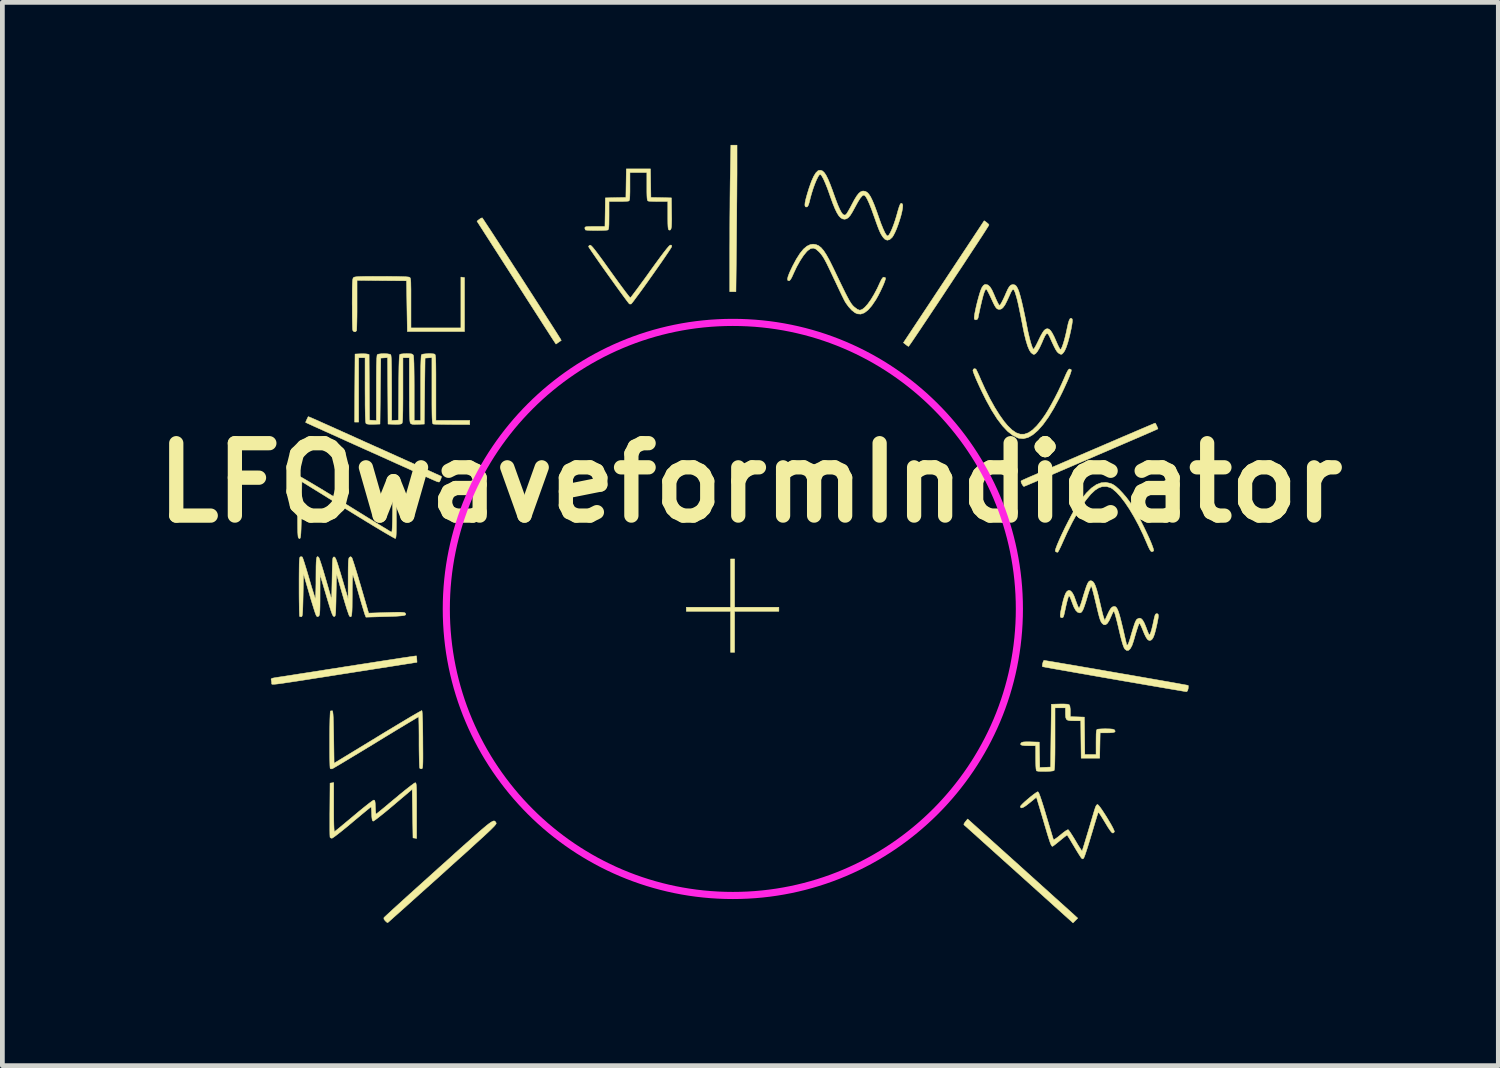
<source format=kicad_pcb>
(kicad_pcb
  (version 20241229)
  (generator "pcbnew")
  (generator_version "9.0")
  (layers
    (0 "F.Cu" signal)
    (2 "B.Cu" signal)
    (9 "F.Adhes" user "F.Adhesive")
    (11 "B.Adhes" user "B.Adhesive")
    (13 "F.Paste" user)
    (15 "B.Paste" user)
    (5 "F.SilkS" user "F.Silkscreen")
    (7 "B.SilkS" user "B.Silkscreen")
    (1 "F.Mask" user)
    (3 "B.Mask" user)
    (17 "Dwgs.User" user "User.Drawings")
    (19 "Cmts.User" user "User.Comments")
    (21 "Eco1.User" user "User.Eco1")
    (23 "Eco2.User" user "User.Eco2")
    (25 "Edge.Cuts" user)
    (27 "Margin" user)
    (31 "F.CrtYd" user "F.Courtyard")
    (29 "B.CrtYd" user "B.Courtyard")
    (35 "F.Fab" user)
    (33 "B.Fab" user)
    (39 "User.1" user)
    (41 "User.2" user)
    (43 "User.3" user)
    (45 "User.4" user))
  (footprint "LFOwaveformIndicator"
    (layer "F.Cu")
    (at 12.375 9.78)
    (property "Reference" "LFOwaveformIndicator" (at 0.368 -2.667 0) (layer "F.SilkS") (effects (font (size 1.524 1.524) (thickness 0.3))))
    (attr through_hole)
    (fp_poly (pts (xy 0.037 -0.049) (xy 0.969 -0.049) (xy 0.969 0.036) (xy 0.037 0.036) (xy 0.037 0.9) (xy -0.048 0.9) (xy -0.048 0.036) (xy -0.98 0.036) (xy -0.98 -0.049) (xy -0.048 -0.049) (xy -0.048 -1.065) (xy 0.037 -1.065) (xy 0.037 -0.049)) (stroke (width 0.01) (type solid)) (fill yes) (layer "F.SilkS"))
    (fp_poly (pts (xy 0.088 -9.288) (xy 0.088 -9.179) (xy 0.087 -9.041) (xy 0.086 -8.88) (xy 0.085 -8.699) (xy 0.083 -8.504) (xy 0.082 -8.3) (xy 0.08 -8.092) (xy 0.078 -7.885) (xy 0.077 -7.746) (xy 0.065 -6.691) (xy -0.065 -6.691) (xy -0.065 -7.61) (xy -0.064 -7.81) (xy -0.064 -8.022) (xy -0.063 -8.239) (xy -0.061 -8.454) (xy -0.06 -8.661) (xy -0.058 -8.853) (xy -0.056 -9.024) (xy -0.053 -9.152) (xy -0.042 -9.775) (xy 0.088 -9.775) (xy 0.088 -9.288)) (stroke (width 0.01) (type solid)) (fill yes) (layer "F.SilkS"))
    (fp_poly (pts (xy 6.027 5.384) (xy 6.192 5.533) (xy 6.351 5.676) (xy 6.502 5.812) (xy 6.643 5.939) (xy 6.772 6.056) (xy 6.888 6.16) (xy 6.987 6.249) (xy 7.069 6.323) (xy 7.131 6.379) (xy 7.171 6.415) (xy 7.185 6.428) (xy 7.259 6.496) (xy 7.16 6.595) (xy 6.018 5.567) (xy 5.85 5.416) (xy 5.689 5.272) (xy 5.538 5.136) (xy 5.397 5.009) (xy 5.269 4.894) (xy 5.155 4.791) (xy 5.057 4.703) (xy 4.977 4.631) (xy 4.917 4.577) (xy 4.878 4.543) (xy 4.863 4.529) (xy 4.863 4.529) (xy 4.865 4.51) (xy 4.886 4.477) (xy 4.897 4.463) (xy 4.942 4.408) (xy 6.027 5.384)) (stroke (width 0.01) (type solid)) (fill yes) (layer "F.SilkS"))
    (fp_poly (pts (xy 5.341 -8.148) (xy 5.374 -8.12) (xy 5.391 -8.098) (xy 5.391 -8.095) (xy 5.382 -8.079) (xy 5.356 -8.037) (xy 5.314 -7.971) (xy 5.259 -7.885) (xy 5.191 -7.781) (xy 5.112 -7.66) (xy 5.024 -7.527) (xy 4.929 -7.382) (xy 4.828 -7.228) (xy 4.722 -7.069) (xy 4.614 -6.905) (xy 4.505 -6.741) (xy 4.397 -6.577) (xy 4.291 -6.417) (xy 4.188 -6.263) (xy 4.091 -6.117) (xy 4.001 -5.983) (xy 3.92 -5.861) (xy 3.849 -5.756) (xy 3.79 -5.668) (xy 3.744 -5.601) (xy 3.713 -5.558) (xy 3.699 -5.539) (xy 3.699 -5.539) (xy 3.68 -5.548) (xy 3.647 -5.572) (xy 3.64 -5.578) (xy 3.591 -5.617) (xy 4.045 -6.302) (xy 4.155 -6.468) (xy 4.275 -6.65) (xy 4.401 -6.84) (xy 4.528 -7.032) (xy 4.652 -7.219) (xy 4.767 -7.393) (xy 4.87 -7.549) (xy 4.895 -7.586) (xy 5.29 -8.184) (xy 5.341 -8.148)) (stroke (width 0.01) (type solid)) (fill yes) (layer "F.SilkS"))
    (fp_poly (pts (xy -5.275 -8.244) (xy -5.264 -8.23) (xy -5.237 -8.189) (xy -5.195 -8.125) (xy -5.139 -8.04) (xy -5.071 -7.937) (xy -4.993 -7.817) (xy -4.906 -7.683) (xy -4.812 -7.538) (xy -4.712 -7.384) (xy -4.609 -7.224) (xy -4.502 -7.06) (xy -4.395 -6.894) (xy -4.289 -6.729) (xy -4.185 -6.568) (xy -4.085 -6.412) (xy -3.99 -6.264) (xy -3.903 -6.127) (xy -3.823 -6.003) (xy -3.754 -5.895) (xy -3.697 -5.805) (xy -3.653 -5.735) (xy -3.624 -5.688) (xy -3.612 -5.666) (xy -3.611 -5.665) (xy -3.626 -5.655) (xy -3.658 -5.633) (xy -3.669 -5.626) (xy -3.723 -5.588) (xy -3.783 -5.678) (xy -3.801 -5.706) (xy -3.836 -5.76) (xy -3.886 -5.838) (xy -3.95 -5.937) (xy -4.027 -6.057) (xy -4.114 -6.193) (xy -4.211 -6.344) (xy -4.316 -6.507) (xy -4.427 -6.681) (xy -4.544 -6.862) (xy -4.613 -6.971) (xy -5.385 -8.174) (xy -5.339 -8.212) (xy -5.303 -8.236) (xy -5.277 -8.245) (xy -5.275 -8.244)) (stroke (width 0.01) (type solid)) (fill yes) (layer "F.SilkS"))
    (fp_poly (pts (xy -6.657 0.993) (xy -6.653 1.033) (xy -6.652 1.045) (xy -6.648 1.11) (xy -8.08 1.335) (xy -8.349 1.377) (xy -8.588 1.415) (xy -8.796 1.447) (xy -8.977 1.476) (xy -9.133 1.5) (xy -9.264 1.52) (xy -9.374 1.536) (xy -9.464 1.55) (xy -9.537 1.56) (xy -9.593 1.567) (xy -9.635 1.571) (xy -9.666 1.573) (xy -9.686 1.573) (xy -9.699 1.571) (xy -9.705 1.568) (xy -9.707 1.563) (xy -9.707 1.557) (xy -9.706 1.551) (xy -9.711 1.507) (xy -9.716 1.483) (xy -9.719 1.465) (xy -9.71 1.453) (xy -9.684 1.443) (xy -9.634 1.434) (xy -9.585 1.426) (xy -9.546 1.42) (xy -9.477 1.41) (xy -9.38 1.395) (xy -9.258 1.376) (xy -9.113 1.353) (xy -8.95 1.328) (xy -8.769 1.3) (xy -8.575 1.269) (xy -8.369 1.237) (xy -8.156 1.203) (xy -8.055 1.188) (xy -7.842 1.154) (xy -7.639 1.123) (xy -7.449 1.093) (xy -7.273 1.066) (xy -7.115 1.042) (xy -6.976 1.02) (xy -6.859 1.003) (xy -6.767 0.989) (xy -6.702 0.98) (xy -6.667 0.975) (xy -6.661 0.975) (xy -6.657 0.993)) (stroke (width 0.01) (type solid)) (fill yes) (layer "F.SilkS"))
    (fp_poly (pts (xy 6.572 1.073) (xy 6.624 1.082) (xy 6.703 1.095) (xy 6.807 1.112) (xy 6.932 1.134) (xy 7.076 1.158) (xy 7.235 1.185) (xy 7.407 1.215) (xy 7.59 1.246) (xy 7.779 1.279) (xy 7.973 1.313) (xy 8.168 1.347) (xy 8.362 1.38) (xy 8.551 1.413) (xy 8.733 1.445) (xy 8.905 1.475) (xy 9.064 1.503) (xy 9.207 1.528) (xy 9.331 1.55) (xy 9.434 1.569) (xy 9.512 1.583) (xy 9.563 1.592) (xy 9.584 1.597) (xy 9.584 1.597) (xy 9.587 1.617) (xy 9.584 1.658) (xy 9.583 1.668) (xy 9.569 1.713) (xy 9.548 1.729) (xy 9.545 1.729) (xy 9.524 1.725) (xy 9.473 1.717) (xy 9.393 1.703) (xy 9.287 1.685) (xy 9.157 1.663) (xy 9.006 1.637) (xy 8.836 1.608) (xy 8.65 1.576) (xy 8.449 1.541) (xy 8.237 1.505) (xy 8.02 1.467) (xy 7.8 1.429) (xy 7.589 1.392) (xy 7.39 1.357) (xy 7.206 1.325) (xy 7.038 1.295) (xy 6.889 1.269) (xy 6.762 1.247) (xy 6.659 1.228) (xy 6.582 1.214) (xy 6.534 1.205) (xy 6.517 1.201) (xy 6.514 1.18) (xy 6.519 1.142) (xy 6.53 1.103) (xy 6.543 1.075) (xy 6.55 1.07) (xy 6.572 1.073)) (stroke (width 0.01) (type solid)) (fill yes) (layer "F.SilkS"))
    (fp_poly (pts (xy 8.904 -3.903) (xy 8.922 -3.868) (xy 8.938 -3.831) (xy 8.947 -3.806) (xy 8.947 -3.803) (xy 8.93 -3.795) (xy 8.884 -3.774) (xy 8.813 -3.743) (xy 8.719 -3.702) (xy 8.604 -3.652) (xy 8.472 -3.595) (xy 8.325 -3.532) (xy 8.165 -3.463) (xy 7.996 -3.39) (xy 7.82 -3.314) (xy 7.64 -3.237) (xy 7.458 -3.158) (xy 7.278 -3.081) (xy 7.101 -3.005) (xy 6.931 -2.932) (xy 6.77 -2.863) (xy 6.621 -2.799) (xy 6.486 -2.742) (xy 6.369 -2.692) (xy 6.272 -2.651) (xy 6.197 -2.619) (xy 6.148 -2.599) (xy 6.126 -2.59) (xy 6.126 -2.59) (xy 6.109 -2.604) (xy 6.087 -2.638) (xy 6.082 -2.647) (xy 6.066 -2.686) (xy 6.067 -2.706) (xy 6.089 -2.72) (xy 6.1 -2.725) (xy 6.14 -2.743) (xy 6.205 -2.772) (xy 6.294 -2.811) (xy 6.404 -2.858) (xy 6.532 -2.914) (xy 6.676 -2.976) (xy 6.832 -3.043) (xy 6.998 -3.115) (xy 7.172 -3.19) (xy 7.351 -3.267) (xy 7.532 -3.345) (xy 7.712 -3.422) (xy 7.888 -3.498) (xy 8.059 -3.571) (xy 8.221 -3.641) (xy 8.372 -3.705) (xy 8.509 -3.764) (xy 8.629 -3.815) (xy 8.73 -3.858) (xy 8.808 -3.891) (xy 8.862 -3.914) (xy 8.888 -3.924) (xy 8.891 -3.925) (xy 8.904 -3.903)) (stroke (width 0.01) (type solid)) (fill yes) (layer "F.SilkS"))
    (fp_poly (pts (xy -8.92 -4.055) (xy -8.878 -4.038) (xy -8.816 -4.011) (xy -8.736 -3.976) (xy -8.646 -3.935) (xy -8.646 -3.935) (xy -8.581 -3.906) (xy -8.489 -3.865) (xy -8.373 -3.813) (xy -8.236 -3.751) (xy -8.082 -3.682) (xy -7.913 -3.606) (xy -7.734 -3.525) (xy -7.547 -3.441) (xy -7.356 -3.356) (xy -7.25 -3.308) (xy -7.068 -3.226) (xy -6.895 -3.148) (xy -6.733 -3.075) (xy -6.585 -3.008) (xy -6.454 -2.949) (xy -6.342 -2.898) (xy -6.252 -2.857) (xy -6.185 -2.827) (xy -6.145 -2.808) (xy -6.134 -2.802) (xy -6.135 -2.783) (xy -6.146 -2.749) (xy -6.162 -2.712) (xy -6.177 -2.687) (xy -6.18 -2.685) (xy -6.201 -2.686) (xy -6.239 -2.699) (xy -6.241 -2.7) (xy -6.269 -2.712) (xy -6.324 -2.736) (xy -6.404 -2.772) (xy -6.505 -2.817) (xy -6.625 -2.871) (xy -6.762 -2.932) (xy -6.912 -3) (xy -7.073 -3.072) (xy -7.243 -3.149) (xy -7.418 -3.228) (xy -7.597 -3.308) (xy -7.775 -3.388) (xy -7.951 -3.467) (xy -8.122 -3.544) (xy -8.285 -3.618) (xy -8.438 -3.687) (xy -8.578 -3.75) (xy -8.702 -3.806) (xy -8.807 -3.853) (xy -8.891 -3.892) (xy -8.951 -3.919) (xy -8.985 -3.935) (xy -8.992 -3.938) (xy -8.988 -3.953) (xy -8.974 -3.986) (xy -8.956 -4.024) (xy -8.941 -4.054) (xy -8.936 -4.06) (xy -8.92 -4.055)) (stroke (width 0.01) (type solid)) (fill yes) (layer "F.SilkS"))
    (fp_poly (pts (xy -5.013 4.452) (xy -5.003 4.46) (xy -4.994 4.471) (xy -4.985 4.486) (xy -4.984 4.487) (xy -4.981 4.494) (xy -4.981 4.503) (xy -4.987 4.515) (xy -4.999 4.532) (xy -5.018 4.555) (xy -5.048 4.586) (xy -5.088 4.626) (xy -5.141 4.677) (xy -5.207 4.739) (xy -5.289 4.814) (xy -5.388 4.904) (xy -5.505 5.011) (xy -5.641 5.135) (xy -5.8 5.277) (xy -5.981 5.44) (xy -6.106 5.554) (xy -6.274 5.705) (xy -6.435 5.849) (xy -6.587 5.985) (xy -6.728 6.112) (xy -6.856 6.227) (xy -6.97 6.329) (xy -7.069 6.417) (xy -7.149 6.488) (xy -7.209 6.542) (xy -7.248 6.576) (xy -7.264 6.59) (xy -7.265 6.59) (xy -7.283 6.582) (xy -7.312 6.556) (xy -7.317 6.551) (xy -7.344 6.514) (xy -7.344 6.487) (xy -7.342 6.483) (xy -7.327 6.469) (xy -7.289 6.433) (xy -7.229 6.378) (xy -7.15 6.305) (xy -7.052 6.216) (xy -6.939 6.113) (xy -6.811 5.997) (xy -6.67 5.87) (xy -6.519 5.734) (xy -6.359 5.59) (xy -6.192 5.439) (xy -5.995 5.263) (xy -5.823 5.107) (xy -5.672 4.972) (xy -5.541 4.856) (xy -5.43 4.757) (xy -5.336 4.674) (xy -5.257 4.607) (xy -5.193 4.553) (xy -5.141 4.512) (xy -5.1 4.483) (xy -5.068 4.463) (xy -5.044 4.452) (xy -5.027 4.449) (xy -5.013 4.452)) (stroke (width 0.01) (type solid)) (fill yes) (layer "F.SilkS"))
    (fp_poly (pts (xy -7.232 -7.012) (xy -7.09 -7.011) (xy -6.974 -7.008) (xy -6.888 -7.005) (xy -6.831 -7) (xy -6.808 -6.995) (xy -6.798 -6.989) (xy -6.791 -6.979) (xy -6.785 -6.96) (xy -6.781 -6.931) (xy -6.778 -6.886) (xy -6.777 -6.822) (xy -6.775 -6.737) (xy -6.775 -6.625) (xy -6.775 -6.484) (xy -6.775 -6.453) (xy -6.775 -5.928) (xy -5.724 -5.928) (xy -5.724 -6.998) (xy -5.686 -6.993) (xy -5.648 -6.987) (xy -5.648 -5.852) (xy -6.851 -5.852) (xy -6.86 -6.386) (xy -6.868 -6.92) (xy -7.389 -6.924) (xy -7.91 -6.929) (xy -7.91 -6.413) (xy -7.91 -6.283) (xy -7.911 -6.163) (xy -7.913 -6.058) (xy -7.915 -5.973) (xy -7.917 -5.91) (xy -7.919 -5.875) (xy -7.92 -5.87) (xy -7.943 -5.847) (xy -7.973 -5.848) (xy -7.997 -5.871) (xy -8.001 -5.882) (xy -8.004 -5.908) (xy -8.006 -5.963) (xy -8.008 -6.044) (xy -8.01 -6.144) (xy -8.011 -6.261) (xy -8.011 -6.389) (xy -8.012 -6.44) (xy -8.011 -6.589) (xy -8.011 -6.707) (xy -8.009 -6.799) (xy -8.007 -6.868) (xy -8.004 -6.918) (xy -8 -6.951) (xy -7.994 -6.972) (xy -7.987 -6.985) (xy -7.985 -6.986) (xy -7.974 -6.994) (xy -7.955 -7) (xy -7.925 -7.004) (xy -7.88 -7.008) (xy -7.817 -7.01) (xy -7.731 -7.012) (xy -7.621 -7.012) (xy -7.482 -7.013) (xy -7.399 -7.013) (xy -7.232 -7.012)) (stroke (width 0.01) (type solid)) (fill yes) (layer "F.SilkS"))
    (fp_poly (pts (xy 5.118 -5.059) (xy 5.13 -5.036) (xy 5.153 -4.989) (xy 5.183 -4.924) (xy 5.216 -4.847) (xy 5.221 -4.835) (xy 5.314 -4.631) (xy 5.412 -4.436) (xy 5.512 -4.256) (xy 5.612 -4.096) (xy 5.709 -3.96) (xy 5.784 -3.87) (xy 5.876 -3.781) (xy 5.963 -3.721) (xy 6.049 -3.691) (xy 6.134 -3.691) (xy 6.221 -3.721) (xy 6.31 -3.782) (xy 6.403 -3.874) (xy 6.503 -3.998) (xy 6.577 -4.104) (xy 6.638 -4.202) (xy 6.707 -4.323) (xy 6.78 -4.459) (xy 6.853 -4.603) (xy 6.92 -4.746) (xy 6.977 -4.874) (xy 7.015 -4.961) (xy 7.044 -5.019) (xy 7.067 -5.052) (xy 7.085 -5.064) (xy 7.087 -5.064) (xy 7.116 -5.054) (xy 7.124 -5.043) (xy 7.121 -5.016) (xy 7.104 -4.962) (xy 7.075 -4.887) (xy 7.035 -4.794) (xy 6.986 -4.687) (xy 6.931 -4.57) (xy 6.873 -4.454) (xy 6.755 -4.235) (xy 6.64 -4.047) (xy 6.528 -3.892) (xy 6.419 -3.769) (xy 6.314 -3.679) (xy 6.212 -3.621) (xy 6.114 -3.597) (xy 6.02 -3.606) (xy 5.999 -3.613) (xy 5.892 -3.667) (xy 5.784 -3.751) (xy 5.675 -3.867) (xy 5.564 -4.013) (xy 5.45 -4.192) (xy 5.333 -4.404) (xy 5.308 -4.454) (xy 5.255 -4.561) (xy 5.203 -4.669) (xy 5.156 -4.771) (xy 5.115 -4.864) (xy 5.083 -4.942) (xy 5.061 -5.001) (xy 5.053 -5.034) (xy 5.053 -5.036) (xy 5.066 -5.063) (xy 5.094 -5.071) (xy 5.118 -5.059)) (stroke (width 0.01) (type solid)) (fill yes) (layer "F.SilkS"))
    (fp_poly (pts (xy -1.291 -7.669) (xy -1.287 -7.644) (xy -1.288 -7.639) (xy -1.298 -7.618) (xy -1.326 -7.574) (xy -1.369 -7.509) (xy -1.424 -7.428) (xy -1.489 -7.333) (xy -1.562 -7.229) (xy -1.639 -7.119) (xy -1.719 -7.006) (xy -1.798 -6.894) (xy -1.875 -6.786) (xy -1.947 -6.687) (xy -2.012 -6.599) (xy -2.066 -6.526) (xy -2.107 -6.471) (xy -2.134 -6.439) (xy -2.142 -6.431) (xy -2.172 -6.431) (xy -2.178 -6.434) (xy -2.193 -6.451) (xy -2.225 -6.492) (xy -2.271 -6.554) (xy -2.329 -6.633) (xy -2.396 -6.725) (xy -2.47 -6.827) (xy -2.548 -6.936) (xy -2.629 -7.049) (xy -2.708 -7.16) (xy -2.784 -7.268) (xy -2.855 -7.369) (xy -2.917 -7.459) (xy -2.969 -7.534) (xy -3.008 -7.592) (xy -3.031 -7.628) (xy -3.037 -7.64) (xy -3.024 -7.662) (xy -3.005 -7.67) (xy -2.992 -7.666) (xy -2.973 -7.65) (xy -2.945 -7.62) (xy -2.907 -7.573) (xy -2.857 -7.508) (xy -2.794 -7.423) (xy -2.715 -7.315) (xy -2.62 -7.182) (xy -2.573 -7.116) (xy -2.486 -6.995) (xy -2.405 -6.883) (xy -2.331 -6.783) (xy -2.268 -6.698) (xy -2.217 -6.632) (xy -2.181 -6.586) (xy -2.16 -6.564) (xy -2.158 -6.562) (xy -2.144 -6.576) (xy -2.114 -6.615) (xy -2.068 -6.676) (xy -2.009 -6.755) (xy -1.939 -6.851) (xy -1.86 -6.958) (xy -1.775 -7.076) (xy -1.747 -7.116) (xy -1.632 -7.275) (xy -1.536 -7.406) (xy -1.458 -7.51) (xy -1.397 -7.588) (xy -1.353 -7.64) (xy -1.325 -7.667) (xy -1.317 -7.671) (xy -1.291 -7.669)) (stroke (width 0.01) (type solid)) (fill yes) (layer "F.SilkS"))
    (fp_poly (pts (xy 7.951 -2.655) (xy 8.001 -2.633) (xy 8.058 -2.594) (xy 8.127 -2.533) (xy 8.202 -2.454) (xy 8.279 -2.365) (xy 8.351 -2.27) (xy 8.382 -2.226) (xy 8.431 -2.146) (xy 8.486 -2.052) (xy 8.544 -1.947) (xy 8.602 -1.836) (xy 8.659 -1.722) (xy 8.712 -1.611) (xy 8.761 -1.506) (xy 8.801 -1.413) (xy 8.832 -1.334) (xy 8.852 -1.275) (xy 8.858 -1.24) (xy 8.856 -1.234) (xy 8.832 -1.22) (xy 8.817 -1.218) (xy 8.799 -1.228) (xy 8.776 -1.261) (xy 8.747 -1.319) (xy 8.714 -1.396) (xy 8.629 -1.59) (xy 8.539 -1.776) (xy 8.445 -1.95) (xy 8.35 -2.11) (xy 8.255 -2.252) (xy 8.162 -2.373) (xy 8.074 -2.469) (xy 7.993 -2.539) (xy 7.953 -2.564) (xy 7.867 -2.59) (xy 7.774 -2.587) (xy 7.703 -2.563) (xy 7.622 -2.511) (xy 7.534 -2.428) (xy 7.441 -2.316) (xy 7.343 -2.178) (xy 7.242 -2.016) (xy 7.141 -1.832) (xy 7.039 -1.628) (xy 6.949 -1.43) (xy 6.914 -1.351) (xy 6.882 -1.284) (xy 6.857 -1.235) (xy 6.841 -1.209) (xy 6.838 -1.206) (xy 6.812 -1.21) (xy 6.799 -1.217) (xy 6.788 -1.229) (xy 6.788 -1.251) (xy 6.799 -1.289) (xy 6.822 -1.35) (xy 6.831 -1.373) (xy 6.875 -1.476) (xy 6.931 -1.597) (xy 6.993 -1.726) (xy 7.059 -1.856) (xy 7.123 -1.979) (xy 7.181 -2.085) (xy 7.22 -2.15) (xy 7.333 -2.319) (xy 7.442 -2.454) (xy 7.547 -2.557) (xy 7.65 -2.629) (xy 7.751 -2.668) (xy 7.851 -2.677) (xy 7.951 -2.655)) (stroke (width 0.01) (type solid)) (fill yes) (layer "F.SilkS"))
    (fp_poly (pts (xy -1.725 -8.674) (xy -1.509 -8.67) (xy -1.293 -8.665) (xy -1.289 -8.345) (xy -1.287 -8.222) (xy -1.289 -8.128) (xy -1.292 -8.062) (xy -1.3 -8.018) (xy -1.311 -7.994) (xy -1.326 -7.986) (xy -1.345 -7.99) (xy -1.354 -7.999) (xy -1.361 -8.022) (xy -1.365 -8.063) (xy -1.368 -8.125) (xy -1.369 -8.215) (xy -1.369 -8.294) (xy -1.369 -8.589) (xy -1.563 -8.589) (xy -1.643 -8.59) (xy -1.712 -8.592) (xy -1.761 -8.595) (xy -1.783 -8.599) (xy -1.793 -8.607) (xy -1.8 -8.625) (xy -1.805 -8.658) (xy -1.808 -8.71) (xy -1.81 -8.787) (xy -1.81 -8.892) (xy -1.81 -8.904) (xy -1.81 -9.199) (xy -2.166 -9.199) (xy -2.166 -8.904) (xy -2.166 -8.796) (xy -2.168 -8.717) (xy -2.17 -8.662) (xy -2.175 -8.627) (xy -2.182 -8.608) (xy -2.192 -8.599) (xy -2.193 -8.599) (xy -2.22 -8.595) (xy -2.273 -8.592) (xy -2.343 -8.589) (xy -2.413 -8.589) (xy -2.606 -8.589) (xy -2.606 -8.294) (xy -2.607 -8.186) (xy -2.608 -8.107) (xy -2.611 -8.052) (xy -2.616 -8.017) (xy -2.623 -7.998) (xy -2.632 -7.989) (xy -2.633 -7.989) (xy -2.661 -7.985) (xy -2.713 -7.982) (xy -2.781 -7.98) (xy -2.858 -7.979) (xy -2.936 -7.979) (xy -3.007 -7.981) (xy -3.063 -7.984) (xy -3.097 -7.988) (xy -3.103 -7.99) (xy -3.113 -8.015) (xy -3.115 -8.032) (xy -3.112 -8.045) (xy -3.101 -8.054) (xy -3.075 -8.059) (xy -3.029 -8.062) (xy -2.958 -8.063) (xy -2.903 -8.063) (xy -2.692 -8.063) (xy -2.687 -8.364) (xy -2.683 -8.665) (xy -2.467 -8.67) (xy -2.251 -8.674) (xy -2.242 -9.275) (xy -1.734 -9.275) (xy -1.725 -8.674)) (stroke (width 0.01) (type solid)) (fill yes) (layer "F.SilkS"))
    (fp_poly (pts (xy 7.043 1.992) (xy 7.078 2.002) (xy 7.079 2.003) (xy 7.094 2.034) (xy 7.102 2.095) (xy 7.103 2.139) (xy 7.103 2.255) (xy 7.251 2.259) (xy 7.399 2.264) (xy 7.404 2.658) (xy 7.408 3.052) (xy 7.645 3.052) (xy 7.645 2.791) (xy 7.646 2.69) (xy 7.647 2.618) (xy 7.651 2.569) (xy 7.656 2.54) (xy 7.664 2.525) (xy 7.672 2.52) (xy 7.7 2.516) (xy 7.753 2.512) (xy 7.821 2.51) (xy 7.856 2.51) (xy 7.939 2.512) (xy 7.993 2.517) (xy 8.024 2.527) (xy 8.034 2.535) (xy 8.048 2.56) (xy 8.037 2.578) (xy 8 2.589) (xy 7.934 2.594) (xy 7.882 2.595) (xy 7.731 2.595) (xy 7.726 2.862) (xy 7.721 3.128) (xy 7.332 3.128) (xy 7.327 2.735) (xy 7.323 2.341) (xy 7.179 2.341) (xy 7.1 2.339) (xy 7.049 2.329) (xy 7.019 2.307) (xy 7.005 2.266) (xy 7.001 2.2) (xy 7.001 2.172) (xy 7.001 2.069) (xy 6.781 2.069) (xy 6.781 2.718) (xy 6.781 2.897) (xy 6.78 3.044) (xy 6.778 3.162) (xy 6.776 3.252) (xy 6.772 3.318) (xy 6.768 3.361) (xy 6.763 3.384) (xy 6.761 3.388) (xy 6.737 3.396) (xy 6.688 3.402) (xy 6.624 3.406) (xy 6.553 3.407) (xy 6.486 3.407) (xy 6.43 3.403) (xy 6.396 3.397) (xy 6.395 3.397) (xy 6.387 3.383) (xy 6.381 3.349) (xy 6.377 3.29) (xy 6.375 3.202) (xy 6.374 3.127) (xy 6.374 2.866) (xy 6.223 2.866) (xy 6.138 2.864) (xy 6.085 2.856) (xy 6.059 2.843) (xy 6.059 2.822) (xy 6.07 2.805) (xy 6.087 2.794) (xy 6.118 2.787) (xy 6.17 2.784) (xy 6.247 2.784) (xy 6.271 2.785) (xy 6.45 2.79) (xy 6.455 3.057) (xy 6.46 3.325) (xy 6.574 3.32) (xy 6.688 3.315) (xy 6.696 2.654) (xy 6.705 1.993) (xy 6.88 1.988) (xy 6.977 1.988) (xy 7.043 1.992)) (stroke (width 0.01) (type solid)) (fill yes) (layer "F.SilkS"))
    (fp_poly (pts (xy -6.541 2.144) (xy -6.537 2.196) (xy -6.533 2.278) (xy -6.529 2.391) (xy -6.527 2.533) (xy -6.525 2.703) (xy -6.525 2.736) (xy -6.524 2.897) (xy -6.523 3.026) (xy -6.523 3.129) (xy -6.524 3.207) (xy -6.526 3.264) (xy -6.529 3.304) (xy -6.533 3.33) (xy -6.539 3.344) (xy -6.546 3.351) (xy -6.548 3.352) (xy -6.578 3.349) (xy -6.59 3.339) (xy -6.594 3.316) (xy -6.597 3.264) (xy -6.6 3.187) (xy -6.602 3.089) (xy -6.604 2.974) (xy -6.605 2.847) (xy -6.605 2.785) (xy -6.605 2.655) (xy -6.606 2.537) (xy -6.607 2.434) (xy -6.609 2.351) (xy -6.61 2.291) (xy -6.612 2.26) (xy -6.613 2.256) (xy -6.629 2.264) (xy -6.67 2.289) (xy -6.736 2.329) (xy -6.824 2.381) (xy -6.93 2.445) (xy -7.053 2.519) (xy -7.189 2.602) (xy -7.338 2.692) (xy -7.495 2.788) (xy -7.515 2.801) (xy -7.674 2.897) (xy -7.825 2.989) (xy -7.965 3.073) (xy -8.091 3.149) (xy -8.202 3.216) (xy -8.294 3.271) (xy -8.366 3.313) (xy -8.413 3.341) (xy -8.435 3.352) (xy -8.436 3.352) (xy -8.466 3.352) (xy -8.474 3.347) (xy -8.478 3.327) (xy -8.481 3.278) (xy -8.483 3.205) (xy -8.485 3.113) (xy -8.486 3.006) (xy -8.486 2.888) (xy -8.486 2.765) (xy -8.486 2.641) (xy -8.485 2.521) (xy -8.483 2.41) (xy -8.481 2.311) (xy -8.478 2.23) (xy -8.475 2.171) (xy -8.471 2.139) (xy -8.469 2.135) (xy -8.437 2.131) (xy -8.431 2.13) (xy -8.425 2.137) (xy -8.42 2.161) (xy -8.415 2.204) (xy -8.411 2.27) (xy -8.408 2.36) (xy -8.405 2.478) (xy -8.402 2.626) (xy -8.401 2.682) (xy -8.393 3.235) (xy -7.478 2.678) (xy -7.318 2.58) (xy -7.166 2.489) (xy -7.025 2.404) (xy -6.898 2.328) (xy -6.786 2.261) (xy -6.693 2.207) (xy -6.62 2.165) (xy -6.571 2.138) (xy -6.548 2.126) (xy -6.546 2.126) (xy -6.541 2.144)) (stroke (width 0.01) (type solid)) (fill yes) (layer "F.SilkS"))
    (fp_poly (pts (xy 1.747 -7.683) (xy 1.803 -7.66) (xy 1.857 -7.618) (xy 1.912 -7.554) (xy 1.97 -7.465) (xy 2.034 -7.35) (xy 2.106 -7.205) (xy 2.107 -7.203) (xy 2.19 -7.03) (xy 2.26 -6.884) (xy 2.319 -6.763) (xy 2.367 -6.665) (xy 2.408 -6.586) (xy 2.441 -6.524) (xy 2.469 -6.476) (xy 2.493 -6.439) (xy 2.515 -6.41) (xy 2.536 -6.387) (xy 2.552 -6.372) (xy 2.617 -6.321) (xy 2.669 -6.301) (xy 2.675 -6.301) (xy 2.722 -6.317) (xy 2.778 -6.361) (xy 2.84 -6.431) (xy 2.906 -6.523) (xy 2.973 -6.634) (xy 3.04 -6.76) (xy 3.096 -6.882) (xy 3.13 -6.951) (xy 3.158 -6.988) (xy 3.174 -6.996) (xy 3.205 -6.987) (xy 3.214 -6.979) (xy 3.212 -6.955) (xy 3.197 -6.908) (xy 3.172 -6.844) (xy 3.138 -6.768) (xy 3.1 -6.688) (xy 3.059 -6.608) (xy 3.019 -6.537) (xy 3.008 -6.519) (xy 2.924 -6.395) (xy 2.844 -6.304) (xy 2.767 -6.245) (xy 2.692 -6.219) (xy 2.62 -6.225) (xy 2.57 -6.248) (xy 2.504 -6.3) (xy 2.436 -6.374) (xy 2.374 -6.46) (xy 2.347 -6.508) (xy 2.327 -6.549) (xy 2.294 -6.615) (xy 2.253 -6.701) (xy 2.206 -6.8) (xy 2.156 -6.907) (xy 2.128 -6.965) (xy 2.065 -7.099) (xy 2.014 -7.206) (xy 1.973 -7.29) (xy 1.938 -7.356) (xy 1.909 -7.407) (xy 1.882 -7.448) (xy 1.856 -7.482) (xy 1.828 -7.515) (xy 1.81 -7.534) (xy 1.749 -7.587) (xy 1.693 -7.608) (xy 1.637 -7.598) (xy 1.577 -7.556) (xy 1.552 -7.531) (xy 1.485 -7.449) (xy 1.414 -7.34) (xy 1.342 -7.211) (xy 1.275 -7.069) (xy 1.273 -7.064) (xy 1.24 -6.991) (xy 1.213 -6.945) (xy 1.192 -6.923) (xy 1.179 -6.92) (xy 1.156 -6.929) (xy 1.15 -6.958) (xy 1.162 -7.01) (xy 1.19 -7.085) (xy 1.237 -7.185) (xy 1.256 -7.225) (xy 1.337 -7.377) (xy 1.414 -7.497) (xy 1.487 -7.587) (xy 1.559 -7.648) (xy 1.63 -7.682) (xy 1.688 -7.691) (xy 1.747 -7.683)) (stroke (width 0.01) (type solid)) (fill yes) (layer "F.SilkS"))
    (fp_poly (pts (xy -9.11 -2.799) (xy -9.065 -2.775) (xy -8.996 -2.735) (xy -8.906 -2.682) (xy -8.797 -2.617) (xy -8.671 -2.542) (xy -8.532 -2.457) (xy -8.381 -2.365) (xy -8.221 -2.266) (xy -8.154 -2.225) (xy -7.991 -2.124) (xy -7.836 -2.028) (xy -7.692 -1.939) (xy -7.562 -1.858) (xy -7.446 -1.787) (xy -7.349 -1.728) (xy -7.272 -1.681) (xy -7.218 -1.648) (xy -7.19 -1.631) (xy -7.186 -1.629) (xy -7.18 -1.634) (xy -7.175 -1.655) (xy -7.171 -1.695) (xy -7.168 -1.757) (xy -7.165 -1.843) (xy -7.163 -1.955) (xy -7.161 -2.098) (xy -7.161 -2.212) (xy -7.159 -2.368) (xy -7.158 -2.495) (xy -7.157 -2.594) (xy -7.155 -2.669) (xy -7.152 -2.723) (xy -7.149 -2.761) (xy -7.144 -2.784) (xy -7.138 -2.796) (xy -7.131 -2.801) (xy -7.122 -2.802) (xy -7.122 -2.802) (xy -7.114 -2.801) (xy -7.106 -2.797) (xy -7.101 -2.785) (xy -7.096 -2.763) (xy -7.093 -2.728) (xy -7.09 -2.676) (xy -7.088 -2.604) (xy -7.087 -2.51) (xy -7.086 -2.39) (xy -7.084 -2.241) (xy -7.084 -2.154) (xy -7.083 -1.984) (xy -7.082 -1.846) (xy -7.083 -1.736) (xy -7.084 -1.65) (xy -7.086 -1.587) (xy -7.089 -1.543) (xy -7.093 -1.515) (xy -7.098 -1.5) (xy -7.103 -1.496) (xy -7.121 -1.503) (xy -7.165 -1.527) (xy -7.233 -1.566) (xy -7.323 -1.618) (xy -7.432 -1.683) (xy -7.557 -1.758) (xy -7.697 -1.843) (xy -7.849 -1.936) (xy -8.01 -2.035) (xy -8.099 -2.09) (xy -9.071 -2.692) (xy -9.079 -2.096) (xy -9.082 -1.931) (xy -9.085 -1.796) (xy -9.088 -1.691) (xy -9.092 -1.61) (xy -9.097 -1.553) (xy -9.103 -1.516) (xy -9.111 -1.497) (xy -9.121 -1.492) (xy -9.133 -1.499) (xy -9.145 -1.512) (xy -9.15 -1.529) (xy -9.154 -1.567) (xy -9.158 -1.629) (xy -9.16 -1.716) (xy -9.161 -1.83) (xy -9.161 -1.974) (xy -9.16 -2.15) (xy -9.16 -2.168) (xy -9.159 -2.333) (xy -9.157 -2.467) (xy -9.156 -2.573) (xy -9.154 -2.654) (xy -9.151 -2.715) (xy -9.147 -2.757) (xy -9.143 -2.784) (xy -9.138 -2.799) (xy -9.131 -2.806) (xy -9.128 -2.807) (xy -9.11 -2.799)) (stroke (width 0.01) (type solid)) (fill yes) (layer "F.SilkS"))
    (fp_poly (pts (xy -8.401 4.162) (xy -8.401 4.298) (xy -8.4 4.419) (xy -8.398 4.52) (xy -8.395 4.599) (xy -8.391 4.652) (xy -8.387 4.675) (xy -8.386 4.676) (xy -8.37 4.664) (xy -8.331 4.633) (xy -8.273 4.586) (xy -8.199 4.524) (xy -8.112 4.452) (xy -8.016 4.372) (xy -7.978 4.34) (xy -7.879 4.257) (xy -7.787 4.182) (xy -7.706 4.117) (xy -7.639 4.065) (xy -7.59 4.029) (xy -7.561 4.011) (xy -7.557 4.01) (xy -7.543 4.014) (xy -7.534 4.033) (xy -7.528 4.072) (xy -7.525 4.136) (xy -7.524 4.158) (xy -7.521 4.224) (xy -7.517 4.275) (xy -7.512 4.303) (xy -7.511 4.306) (xy -7.496 4.296) (xy -7.459 4.266) (xy -7.402 4.22) (xy -7.329 4.16) (xy -7.244 4.088) (xy -7.148 4.008) (xy -7.109 3.976) (xy -7.01 3.893) (xy -6.918 3.818) (xy -6.836 3.753) (xy -6.769 3.701) (xy -6.72 3.665) (xy -6.691 3.647) (xy -6.686 3.645) (xy -6.678 3.647) (xy -6.672 3.654) (xy -6.667 3.67) (xy -6.663 3.699) (xy -6.66 3.743) (xy -6.658 3.805) (xy -6.657 3.89) (xy -6.656 4) (xy -6.656 4.139) (xy -6.656 4.231) (xy -6.656 4.817) (xy -6.694 4.811) (xy -6.732 4.806) (xy -6.749 3.783) (xy -7.148 4.121) (xy -7.247 4.204) (xy -7.339 4.28) (xy -7.421 4.345) (xy -7.488 4.398) (xy -7.537 4.434) (xy -7.566 4.452) (xy -7.571 4.454) (xy -7.584 4.444) (xy -7.593 4.417) (xy -7.599 4.366) (xy -7.602 4.302) (xy -7.605 4.236) (xy -7.609 4.185) (xy -7.613 4.157) (xy -7.615 4.154) (xy -7.63 4.164) (xy -7.667 4.194) (xy -7.724 4.24) (xy -7.797 4.3) (xy -7.882 4.371) (xy -7.978 4.451) (xy -8.017 4.484) (xy -8.116 4.567) (xy -8.208 4.642) (xy -8.29 4.707) (xy -8.357 4.759) (xy -8.407 4.795) (xy -8.436 4.813) (xy -8.44 4.814) (xy -8.47 4.804) (xy -8.478 4.793) (xy -8.48 4.772) (xy -8.482 4.72) (xy -8.483 4.643) (xy -8.483 4.545) (xy -8.483 4.43) (xy -8.483 4.301) (xy -8.482 4.213) (xy -8.478 3.654) (xy -8.44 3.648) (xy -8.401 3.643) (xy -8.401 4.162)) (stroke (width 0.01) (type solid)) (fill yes) (layer "F.SilkS"))
    (fp_poly (pts (xy 1.887 -9.232) (xy 1.923 -9.199) (xy 1.961 -9.144) (xy 2.001 -9.065) (xy 2.046 -8.958) (xy 2.097 -8.823) (xy 2.113 -8.777) (xy 2.166 -8.63) (xy 2.211 -8.513) (xy 2.25 -8.425) (xy 2.283 -8.362) (xy 2.312 -8.323) (xy 2.339 -8.305) (xy 2.364 -8.305) (xy 2.383 -8.317) (xy 2.401 -8.34) (xy 2.43 -8.388) (xy 2.466 -8.451) (xy 2.504 -8.523) (xy 2.561 -8.63) (xy 2.61 -8.709) (xy 2.652 -8.762) (xy 2.692 -8.794) (xy 2.731 -8.808) (xy 2.747 -8.809) (xy 2.787 -8.803) (xy 2.825 -8.783) (xy 2.861 -8.746) (xy 2.899 -8.689) (xy 2.938 -8.609) (xy 2.982 -8.504) (xy 3.031 -8.371) (xy 3.062 -8.282) (xy 3.115 -8.132) (xy 3.162 -8.016) (xy 3.201 -7.932) (xy 3.233 -7.881) (xy 3.258 -7.863) (xy 3.262 -7.864) (xy 3.285 -7.885) (xy 3.314 -7.933) (xy 3.347 -8.004) (xy 3.382 -8.092) (xy 3.416 -8.191) (xy 3.448 -8.296) (xy 3.451 -8.308) (xy 3.479 -8.408) (xy 3.501 -8.479) (xy 3.519 -8.524) (xy 3.534 -8.547) (xy 3.549 -8.551) (xy 3.566 -8.54) (xy 3.569 -8.537) (xy 3.577 -8.508) (xy 3.573 -8.453) (xy 3.56 -8.379) (xy 3.539 -8.292) (xy 3.511 -8.198) (xy 3.479 -8.102) (xy 3.445 -8.011) (xy 3.409 -7.93) (xy 3.375 -7.866) (xy 3.353 -7.834) (xy 3.301 -7.787) (xy 3.249 -7.774) (xy 3.2 -7.795) (xy 3.166 -7.83) (xy 3.142 -7.865) (xy 3.12 -7.9) (xy 3.099 -7.941) (xy 3.076 -7.994) (xy 3.049 -8.063) (xy 3.016 -8.154) (xy 2.975 -8.271) (xy 2.971 -8.28) (xy 2.917 -8.432) (xy 2.869 -8.551) (xy 2.829 -8.638) (xy 2.795 -8.695) (xy 2.767 -8.722) (xy 2.757 -8.724) (xy 2.725 -8.708) (xy 2.682 -8.659) (xy 2.631 -8.578) (xy 2.571 -8.468) (xy 2.517 -8.369) (xy 2.472 -8.297) (xy 2.432 -8.251) (xy 2.394 -8.225) (xy 2.355 -8.216) (xy 2.35 -8.216) (xy 2.309 -8.223) (xy 2.27 -8.246) (xy 2.231 -8.287) (xy 2.192 -8.35) (xy 2.15 -8.436) (xy 2.104 -8.549) (xy 2.052 -8.692) (xy 2.038 -8.733) (xy 1.99 -8.867) (xy 1.945 -8.978) (xy 1.906 -9.066) (xy 1.872 -9.126) (xy 1.846 -9.157) (xy 1.84 -9.16) (xy 1.82 -9.149) (xy 1.794 -9.111) (xy 1.763 -9.049) (xy 1.73 -8.97) (xy 1.695 -8.877) (xy 1.663 -8.776) (xy 1.633 -8.671) (xy 1.612 -8.583) (xy 1.591 -8.514) (xy 1.567 -8.477) (xy 1.539 -8.473) (xy 1.524 -8.484) (xy 1.516 -8.511) (xy 1.52 -8.564) (xy 1.537 -8.643) (xy 1.567 -8.752) (xy 1.606 -8.877) (xy 1.654 -9.012) (xy 1.701 -9.117) (xy 1.747 -9.192) (xy 1.791 -9.235) (xy 1.81 -9.243) (xy 1.85 -9.246) (xy 1.887 -9.232)) (stroke (width 0.01) (type solid)) (fill yes) (layer "F.SilkS"))
    (fp_poly (pts (xy 6.433 3.848) (xy 6.45 3.883) (xy 6.472 3.944) (xy 6.502 4.032) (xy 6.539 4.148) (xy 6.583 4.294) (xy 6.594 4.332) (xy 6.631 4.455) (xy 6.665 4.569) (xy 6.695 4.668) (xy 6.719 4.749) (xy 6.737 4.807) (xy 6.747 4.839) (xy 6.748 4.843) (xy 6.763 4.841) (xy 6.799 4.819) (xy 6.85 4.781) (xy 6.895 4.744) (xy 6.955 4.695) (xy 7.006 4.658) (xy 7.043 4.637) (xy 7.058 4.633) (xy 7.074 4.65) (xy 7.103 4.691) (xy 7.142 4.751) (xy 7.188 4.825) (xy 7.212 4.865) (xy 7.257 4.942) (xy 7.297 5.006) (xy 7.328 5.053) (xy 7.346 5.078) (xy 7.35 5.081) (xy 7.355 5.071) (xy 7.364 5.044) (xy 7.379 4.997) (xy 7.4 4.929) (xy 7.427 4.838) (xy 7.462 4.723) (xy 7.505 4.58) (xy 7.556 4.408) (xy 7.61 4.226) (xy 7.632 4.159) (xy 7.65 4.121) (xy 7.669 4.104) (xy 7.677 4.103) (xy 7.695 4.117) (xy 7.726 4.155) (xy 7.767 4.212) (xy 7.813 4.282) (xy 7.863 4.36) (xy 7.911 4.44) (xy 7.956 4.516) (xy 7.993 4.584) (xy 8.019 4.638) (xy 8.031 4.671) (xy 8.031 4.677) (xy 8.012 4.7) (xy 7.996 4.704) (xy 7.975 4.691) (xy 7.943 4.652) (xy 7.897 4.584) (xy 7.839 4.488) (xy 7.833 4.478) (xy 7.787 4.402) (xy 7.747 4.338) (xy 7.716 4.292) (xy 7.696 4.268) (xy 7.691 4.266) (xy 7.685 4.286) (xy 7.669 4.333) (xy 7.647 4.405) (xy 7.619 4.497) (xy 7.587 4.604) (xy 7.552 4.722) (xy 7.544 4.747) (xy 7.508 4.867) (xy 7.474 4.978) (xy 7.443 5.074) (xy 7.417 5.152) (xy 7.397 5.206) (xy 7.385 5.233) (xy 7.384 5.235) (xy 7.362 5.249) (xy 7.339 5.234) (xy 7.338 5.233) (xy 7.322 5.21) (xy 7.292 5.164) (xy 7.252 5.1) (xy 7.206 5.024) (xy 7.179 4.978) (xy 7.132 4.9) (xy 7.092 4.832) (xy 7.06 4.782) (xy 7.04 4.752) (xy 7.035 4.747) (xy 7.019 4.757) (xy 6.983 4.784) (xy 6.932 4.825) (xy 6.883 4.865) (xy 6.824 4.913) (xy 6.775 4.952) (xy 6.741 4.977) (xy 6.728 4.984) (xy 6.717 4.98) (xy 6.706 4.965) (xy 6.691 4.937) (xy 6.674 4.891) (xy 6.652 4.824) (xy 6.623 4.733) (xy 6.588 4.614) (xy 6.569 4.552) (xy 6.535 4.435) (xy 6.502 4.323) (xy 6.472 4.222) (xy 6.447 4.138) (xy 6.428 4.076) (xy 6.422 4.056) (xy 6.39 3.95) (xy 6.246 4.068) (xy 6.168 4.129) (xy 6.111 4.164) (xy 6.074 4.175) (xy 6.055 4.163) (xy 6.052 4.144) (xy 6.065 4.124) (xy 6.099 4.088) (xy 6.148 4.042) (xy 6.206 3.992) (xy 6.267 3.941) (xy 6.325 3.895) (xy 6.375 3.859) (xy 6.41 3.838) (xy 6.421 3.835) (xy 6.433 3.848)) (stroke (width 0.01) (type solid)) (fill yes) (layer "F.SilkS"))
    (fp_poly (pts (xy -7.274 -5.383) (xy -7.224 -5.375) (xy -7.202 -5.366) (xy -7.196 -5.351) (xy -7.192 -5.317) (xy -7.188 -5.262) (xy -7.186 -5.183) (xy -7.184 -5.078) (xy -7.182 -4.946) (xy -7.182 -4.783) (xy -7.181 -4.662) (xy -7.181 -3.978) (xy -7.109 -3.983) (xy -7.037 -3.988) (xy -7.033 -4.674) (xy -7.032 -4.854) (xy -7.03 -5.004) (xy -7.028 -5.124) (xy -7.025 -5.217) (xy -7.022 -5.287) (xy -7.018 -5.334) (xy -7.013 -5.362) (xy -7.008 -5.372) (xy -6.981 -5.379) (xy -6.931 -5.384) (xy -6.868 -5.386) (xy -6.864 -5.386) (xy -6.799 -5.385) (xy -6.758 -5.38) (xy -6.736 -5.368) (xy -6.725 -5.353) (xy -6.72 -5.327) (xy -6.716 -5.268) (xy -6.712 -5.177) (xy -6.71 -5.056) (xy -6.708 -4.906) (xy -6.707 -4.729) (xy -6.707 -4.65) (xy -6.707 -3.98) (xy -6.571 -3.98) (xy -6.571 -4.663) (xy -6.571 -4.846) (xy -6.57 -4.998) (xy -6.569 -5.12) (xy -6.566 -5.215) (xy -6.563 -5.285) (xy -6.56 -5.332) (xy -6.555 -5.359) (xy -6.551 -5.366) (xy -6.525 -5.376) (xy -6.476 -5.382) (xy -6.415 -5.386) (xy -6.353 -5.386) (xy -6.301 -5.382) (xy -6.276 -5.376) (xy -6.27 -5.37) (xy -6.264 -5.358) (xy -6.26 -5.334) (xy -6.256 -5.298) (xy -6.254 -5.245) (xy -6.252 -5.172) (xy -6.251 -5.077) (xy -6.25 -4.957) (xy -6.25 -4.808) (xy -6.25 -4.673) (xy -6.25 -3.98) (xy -5.538 -3.98) (xy -5.538 -3.895) (xy -5.909 -3.895) (xy -6.019 -3.896) (xy -6.119 -3.897) (xy -6.203 -3.899) (xy -6.265 -3.901) (xy -6.302 -3.904) (xy -6.307 -3.905) (xy -6.314 -3.911) (xy -6.32 -3.924) (xy -6.324 -3.947) (xy -6.327 -3.983) (xy -6.33 -4.036) (xy -6.332 -4.109) (xy -6.333 -4.204) (xy -6.334 -4.324) (xy -6.334 -4.473) (xy -6.334 -4.61) (xy -6.334 -5.303) (xy -6.406 -5.298) (xy -6.478 -5.293) (xy -6.487 -4.598) (xy -6.495 -3.904) (xy -6.63 -3.899) (xy -6.701 -3.897) (xy -6.746 -3.9) (xy -6.772 -3.909) (xy -6.787 -3.923) (xy -6.793 -3.939) (xy -6.798 -3.97) (xy -6.801 -4.02) (xy -6.804 -4.091) (xy -6.806 -4.186) (xy -6.808 -4.307) (xy -6.808 -4.457) (xy -6.809 -4.627) (xy -6.809 -5.301) (xy -6.944 -5.301) (xy -6.944 -4.617) (xy -6.944 -4.442) (xy -6.945 -4.299) (xy -6.946 -4.183) (xy -6.948 -4.092) (xy -6.95 -4.023) (xy -6.953 -3.974) (xy -6.957 -3.941) (xy -6.963 -3.922) (xy -6.968 -3.913) (xy -7 -3.903) (xy -7.06 -3.898) (xy -7.125 -3.899) (xy -7.258 -3.904) (xy -7.267 -5.303) (xy -7.41 -5.293) (xy -7.419 -4.598) (xy -7.427 -3.904) (xy -7.563 -3.899) (xy -7.649 -3.899) (xy -7.702 -3.906) (xy -7.72 -3.915) (xy -7.725 -3.929) (xy -7.73 -3.959) (xy -7.733 -4.01) (xy -7.736 -4.082) (xy -7.738 -4.179) (xy -7.74 -4.303) (xy -7.74 -4.456) (xy -7.741 -4.619) (xy -7.741 -5.301) (xy -7.876 -5.301) (xy -7.876 -3.946) (xy -7.961 -3.946) (xy -7.957 -4.662) (xy -7.952 -5.378) (xy -7.843 -5.383) (xy -7.779 -5.384) (xy -7.724 -5.382) (xy -7.695 -5.378) (xy -7.656 -5.369) (xy -7.652 -4.678) (xy -7.647 -3.988) (xy -7.575 -3.983) (xy -7.503 -3.978) (xy -7.503 -4.662) (xy -7.503 -4.845) (xy -7.502 -4.997) (xy -7.501 -5.119) (xy -7.498 -5.214) (xy -7.495 -5.284) (xy -7.491 -5.332) (xy -7.487 -5.359) (xy -7.483 -5.366) (xy -7.455 -5.377) (xy -7.401 -5.384) (xy -7.342 -5.386) (xy -7.274 -5.383)) (stroke (width 0.01) (type solid)) (fill yes) (layer "F.SilkS"))
    (fp_poly (pts (xy 5.369 -6.832) (xy 5.41 -6.796) (xy 5.452 -6.731) (xy 5.49 -6.648) (xy 5.535 -6.543) (xy 5.57 -6.468) (xy 5.595 -6.422) (xy 5.612 -6.404) (xy 5.615 -6.403) (xy 5.63 -6.418) (xy 5.655 -6.459) (xy 5.687 -6.522) (xy 5.724 -6.6) (xy 5.748 -6.657) (xy 5.786 -6.741) (xy 5.819 -6.797) (xy 5.85 -6.828) (xy 5.884 -6.84) (xy 5.905 -6.84) (xy 5.94 -6.831) (xy 5.968 -6.806) (xy 5.995 -6.759) (xy 6.019 -6.701) (xy 6.046 -6.612) (xy 6.077 -6.494) (xy 6.11 -6.35) (xy 6.146 -6.183) (xy 6.184 -5.994) (xy 6.187 -5.975) (xy 6.214 -5.842) (xy 6.242 -5.723) (xy 6.268 -5.623) (xy 6.293 -5.546) (xy 6.314 -5.496) (xy 6.324 -5.481) (xy 6.337 -5.489) (xy 6.361 -5.524) (xy 6.393 -5.583) (xy 6.426 -5.65) (xy 6.475 -5.751) (xy 6.516 -5.824) (xy 6.55 -5.873) (xy 6.582 -5.901) (xy 6.614 -5.911) (xy 6.622 -5.911) (xy 6.655 -5.902) (xy 6.688 -5.872) (xy 6.724 -5.818) (xy 6.766 -5.737) (xy 6.806 -5.646) (xy 6.836 -5.577) (xy 6.863 -5.522) (xy 6.885 -5.485) (xy 6.894 -5.475) (xy 6.91 -5.487) (xy 6.93 -5.528) (xy 6.953 -5.593) (xy 6.979 -5.679) (xy 7.005 -5.78) (xy 7.03 -5.893) (xy 7.037 -5.927) (xy 7.058 -6.022) (xy 7.078 -6.086) (xy 7.097 -6.122) (xy 7.117 -6.132) (xy 7.14 -6.119) (xy 7.14 -6.118) (xy 7.147 -6.097) (xy 7.145 -6.054) (xy 7.135 -5.984) (xy 7.121 -5.908) (xy 7.088 -5.76) (xy 7.054 -5.631) (xy 7.02 -5.527) (xy 6.986 -5.449) (xy 6.959 -5.408) (xy 6.93 -5.378) (xy 6.908 -5.371) (xy 6.877 -5.383) (xy 6.871 -5.387) (xy 6.846 -5.404) (xy 6.821 -5.432) (xy 6.794 -5.474) (xy 6.762 -5.536) (xy 6.721 -5.622) (xy 6.687 -5.698) (xy 6.659 -5.759) (xy 6.636 -5.797) (xy 6.615 -5.811) (xy 6.594 -5.797) (xy 6.568 -5.757) (xy 6.535 -5.687) (xy 6.507 -5.62) (xy 6.456 -5.51) (xy 6.411 -5.433) (xy 6.372 -5.386) (xy 6.338 -5.369) (xy 6.336 -5.369) (xy 6.309 -5.381) (xy 6.276 -5.408) (xy 6.275 -5.409) (xy 6.241 -5.461) (xy 6.206 -5.544) (xy 6.171 -5.657) (xy 6.136 -5.796) (xy 6.111 -5.915) (xy 6.081 -6.071) (xy 6.056 -6.197) (xy 6.035 -6.299) (xy 6.018 -6.38) (xy 6.004 -6.444) (xy 5.992 -6.496) (xy 5.981 -6.54) (xy 5.97 -6.579) (xy 5.967 -6.59) (xy 5.942 -6.672) (xy 5.921 -6.721) (xy 5.901 -6.739) (xy 5.88 -6.724) (xy 5.853 -6.678) (xy 5.818 -6.6) (xy 5.816 -6.596) (xy 5.767 -6.49) (xy 5.727 -6.412) (xy 5.69 -6.361) (xy 5.657 -6.33) (xy 5.623 -6.319) (xy 5.613 -6.318) (xy 5.585 -6.321) (xy 5.562 -6.331) (xy 5.539 -6.354) (xy 5.513 -6.394) (xy 5.482 -6.455) (xy 5.442 -6.542) (xy 5.434 -6.559) (xy 5.4 -6.631) (xy 5.369 -6.69) (xy 5.346 -6.73) (xy 5.332 -6.746) (xy 5.332 -6.746) (xy 5.315 -6.731) (xy 5.294 -6.687) (xy 5.27 -6.614) (xy 5.243 -6.51) (xy 5.211 -6.374) (xy 5.175 -6.206) (xy 5.161 -6.136) (xy 5.144 -6.108) (xy 5.115 -6.097) (xy 5.089 -6.107) (xy 5.082 -6.119) (xy 5.081 -6.152) (xy 5.088 -6.211) (xy 5.103 -6.288) (xy 5.122 -6.378) (xy 5.145 -6.473) (xy 5.17 -6.567) (xy 5.195 -6.653) (xy 5.219 -6.724) (xy 5.24 -6.774) (xy 5.243 -6.779) (xy 5.274 -6.823) (xy 5.305 -6.842) (xy 5.324 -6.843) (xy 5.369 -6.832)) (stroke (width 0.01) (type solid)) (fill yes) (layer "F.SilkS"))
    (fp_poly (pts (xy -8.721 -1.103) (xy -8.715 -1.097) (xy -8.705 -1.075) (xy -8.687 -1.025) (xy -8.662 -0.951) (xy -8.633 -0.859) (xy -8.601 -0.752) (xy -8.569 -0.643) (xy -8.444 -0.212) (xy -8.435 -0.66) (xy -8.433 -0.794) (xy -8.43 -0.899) (xy -8.428 -0.977) (xy -8.425 -1.033) (xy -8.421 -1.07) (xy -8.415 -1.092) (xy -8.408 -1.103) (xy -8.4 -1.107) (xy -8.393 -1.108) (xy -8.382 -1.104) (xy -8.371 -1.092) (xy -8.357 -1.067) (xy -8.341 -1.026) (xy -8.32 -0.966) (xy -8.294 -0.882) (xy -8.26 -0.772) (xy -8.229 -0.667) (xy -8.098 -0.227) (xy -8.097 -0.652) (xy -8.097 -0.786) (xy -8.096 -0.89) (xy -8.094 -0.968) (xy -8.091 -1.024) (xy -8.086 -1.061) (xy -8.08 -1.085) (xy -8.072 -1.098) (xy -8.07 -1.1) (xy -8.045 -1.113) (xy -8.022 -1.098) (xy -8.012 -1.076) (xy -7.995 -1.026) (xy -7.97 -0.951) (xy -7.94 -0.855) (xy -7.905 -0.742) (xy -7.868 -0.616) (xy -7.833 -0.5) (xy -7.666 0.075) (xy -7.291 0.063) (xy -7.165 0.059) (xy -7.068 0.057) (xy -6.997 0.057) (xy -6.948 0.06) (xy -6.918 0.064) (xy -6.901 0.07) (xy -6.897 0.074) (xy -6.885 0.092) (xy -6.885 0.106) (xy -6.899 0.118) (xy -6.932 0.127) (xy -6.985 0.133) (xy -7.063 0.139) (xy -7.168 0.144) (xy -7.303 0.148) (xy -7.313 0.148) (xy -7.722 0.16) (xy -7.739 0.119) (xy -7.749 0.092) (xy -7.766 0.037) (xy -7.789 -0.04) (xy -7.818 -0.135) (xy -7.849 -0.242) (xy -7.869 -0.311) (xy -7.901 -0.422) (xy -7.931 -0.522) (xy -7.957 -0.608) (xy -7.978 -0.674) (xy -7.992 -0.715) (xy -7.996 -0.726) (xy -8 -0.717) (xy -8.004 -0.678) (xy -8.007 -0.612) (xy -8.009 -0.524) (xy -8.011 -0.416) (xy -8.011 -0.308) (xy -8.012 -0.164) (xy -8.013 -0.051) (xy -8.016 0.034) (xy -8.021 0.094) (xy -8.027 0.131) (xy -8.037 0.15) (xy -8.049 0.153) (xy -8.065 0.142) (xy -8.071 0.136) (xy -8.081 0.114) (xy -8.099 0.063) (xy -8.124 -0.01) (xy -8.153 -0.103) (xy -8.185 -0.21) (xy -8.217 -0.319) (xy -8.342 -0.75) (xy -8.351 -0.302) (xy -8.353 -0.167) (xy -8.356 -0.063) (xy -8.358 0.016) (xy -8.361 0.072) (xy -8.366 0.109) (xy -8.371 0.131) (xy -8.378 0.142) (xy -8.386 0.146) (xy -8.393 0.146) (xy -8.404 0.143) (xy -8.416 0.13) (xy -8.429 0.106) (xy -8.445 0.065) (xy -8.466 0.004) (xy -8.492 -0.079) (xy -8.526 -0.189) (xy -8.557 -0.294) (xy -8.688 -0.735) (xy -8.689 -0.309) (xy -8.689 -0.175) (xy -8.69 -0.071) (xy -8.692 0.007) (xy -8.695 0.062) (xy -8.7 0.1) (xy -8.706 0.123) (xy -8.714 0.136) (xy -8.716 0.138) (xy -8.741 0.151) (xy -8.764 0.136) (xy -8.774 0.114) (xy -8.793 0.064) (xy -8.817 -0.01) (xy -8.846 -0.103) (xy -8.879 -0.21) (xy -8.911 -0.32) (xy -9.037 -0.752) (xy -9.045 -0.303) (xy -9.048 -0.166) (xy -9.051 -0.06) (xy -9.054 0.02) (xy -9.058 0.078) (xy -9.062 0.116) (xy -9.068 0.138) (xy -9.075 0.149) (xy -9.08 0.151) (xy -9.11 0.149) (xy -9.118 0.144) (xy -9.121 0.125) (xy -9.123 0.076) (xy -9.126 0.000448) (xy -9.127 -0.097) (xy -9.129 -0.213) (xy -9.13 -0.344) (xy -9.13 -0.484) (xy -9.13 -0.646) (xy -9.129 -0.778) (xy -9.128 -0.882) (xy -9.127 -0.962) (xy -9.124 -1.021) (xy -9.121 -1.062) (xy -9.117 -1.089) (xy -9.111 -1.103) (xy -9.104 -1.11) (xy -9.104 -1.11) (xy -9.072 -1.111) (xy -9.062 -1.105) (xy -9.053 -1.085) (xy -9.036 -1.037) (xy -9.013 -0.966) (xy -8.985 -0.876) (xy -8.953 -0.771) (xy -8.925 -0.675) (xy -8.892 -0.561) (xy -8.861 -0.457) (xy -8.833 -0.368) (xy -8.811 -0.298) (xy -8.796 -0.252) (xy -8.79 -0.235) (xy -8.786 -0.244) (xy -8.782 -0.283) (xy -8.779 -0.349) (xy -8.777 -0.439) (xy -8.775 -0.548) (xy -8.775 -0.653) (xy -8.774 -0.797) (xy -8.773 -0.91) (xy -8.77 -0.995) (xy -8.765 -1.055) (xy -8.759 -1.093) (xy -8.749 -1.111) (xy -8.737 -1.114) (xy -8.721 -1.103)) (stroke (width 0.01) (type solid)) (fill yes) (layer "F.SilkS"))
    (fp_poly (pts (xy 7.545 -0.605) (xy 7.546 -0.605) (xy 7.575 -0.592) (xy 7.603 -0.558) (xy 7.63 -0.502) (xy 7.658 -0.421) (xy 7.688 -0.311) (xy 7.721 -0.171) (xy 7.721 -0.17) (xy 7.744 -0.073) (xy 7.765 0.018) (xy 7.784 0.094) (xy 7.799 0.149) (xy 7.806 0.169) (xy 7.828 0.231) (xy 7.882 0.112) (xy 7.921 0.032) (xy 7.953 -0.021) (xy 7.983 -0.052) (xy 8.014 -0.064) (xy 8.03 -0.066) (xy 8.053 -0.06) (xy 8.074 -0.042) (xy 8.095 -0.007) (xy 8.117 0.047) (xy 8.141 0.124) (xy 8.168 0.226) (xy 8.2 0.358) (xy 8.213 0.411) (xy 8.236 0.511) (xy 8.256 0.599) (xy 8.273 0.671) (xy 8.284 0.72) (xy 8.289 0.742) (xy 8.289 0.743) (xy 8.302 0.748) (xy 8.305 0.748) (xy 8.317 0.733) (xy 8.334 0.693) (xy 8.353 0.636) (xy 8.357 0.625) (xy 8.394 0.497) (xy 8.424 0.397) (xy 8.448 0.323) (xy 8.467 0.269) (xy 8.484 0.234) (xy 8.498 0.211) (xy 8.511 0.2) (xy 8.552 0.181) (xy 8.589 0.187) (xy 8.625 0.221) (xy 8.661 0.284) (xy 8.699 0.377) (xy 8.706 0.396) (xy 8.729 0.457) (xy 8.749 0.505) (xy 8.763 0.532) (xy 8.764 0.534) (xy 8.776 0.528) (xy 8.793 0.491) (xy 8.813 0.427) (xy 8.835 0.339) (xy 8.856 0.242) (xy 8.872 0.169) (xy 8.885 0.123) (xy 8.896 0.099) (xy 8.91 0.089) (xy 8.924 0.087) (xy 8.944 0.091) (xy 8.954 0.106) (xy 8.957 0.136) (xy 8.951 0.188) (xy 8.936 0.265) (xy 8.927 0.31) (xy 8.899 0.43) (xy 8.875 0.519) (xy 8.851 0.582) (xy 8.826 0.623) (xy 8.801 0.644) (xy 8.768 0.652) (xy 8.735 0.636) (xy 8.702 0.593) (xy 8.666 0.522) (xy 8.637 0.452) (xy 8.609 0.384) (xy 8.585 0.331) (xy 8.567 0.298) (xy 8.559 0.29) (xy 8.549 0.303) (xy 8.532 0.342) (xy 8.509 0.41) (xy 8.479 0.507) (xy 8.442 0.635) (xy 8.434 0.663) (xy 8.401 0.759) (xy 8.365 0.824) (xy 8.327 0.859) (xy 8.289 0.861) (xy 8.252 0.832) (xy 8.238 0.812) (xy 8.222 0.775) (xy 8.201 0.713) (xy 8.179 0.634) (xy 8.156 0.546) (xy 8.152 0.528) (xy 8.115 0.371) (xy 8.085 0.246) (xy 8.06 0.151) (xy 8.041 0.085) (xy 8.027 0.048) (xy 8.018 0.036) (xy 8.005 0.051) (xy 7.986 0.088) (xy 7.966 0.134) (xy 7.923 0.228) (xy 7.884 0.29) (xy 7.845 0.32) (xy 7.808 0.319) (xy 7.776 0.294) (xy 7.76 0.274) (xy 7.745 0.248) (xy 7.73 0.211) (xy 7.714 0.16) (xy 7.695 0.089) (xy 7.672 -0.005) (xy 7.643 -0.127) (xy 7.635 -0.158) (xy 7.612 -0.258) (xy 7.589 -0.347) (xy 7.57 -0.419) (xy 7.555 -0.47) (xy 7.547 -0.493) (xy 7.546 -0.493) (xy 7.536 -0.484) (xy 7.52 -0.446) (xy 7.498 -0.387) (xy 7.474 -0.312) (xy 7.468 -0.291) (xy 7.432 -0.17) (xy 7.402 -0.079) (xy 7.378 -0.013) (xy 7.356 0.031) (xy 7.335 0.057) (xy 7.314 0.068) (xy 7.302 0.07) (xy 7.258 0.057) (xy 7.218 0.018) (xy 7.179 -0.051) (xy 7.147 -0.132) (xy 7.118 -0.211) (xy 7.097 -0.262) (xy 7.082 -0.285) (xy 7.07 -0.282) (xy 7.059 -0.257) (xy 7.047 -0.217) (xy 7.03 -0.153) (xy 7.011 -0.073) (xy 6.994 0.007) (xy 6.993 0.009) (xy 6.977 0.084) (xy 6.965 0.131) (xy 6.954 0.158) (xy 6.942 0.169) (xy 6.925 0.172) (xy 6.923 0.172) (xy 6.904 0.167) (xy 6.893 0.149) (xy 6.891 0.114) (xy 6.898 0.057) (xy 6.915 -0.026) (xy 6.926 -0.076) (xy 6.954 -0.195) (xy 6.981 -0.283) (xy 7.006 -0.345) (xy 7.033 -0.383) (xy 7.062 -0.401) (xy 7.081 -0.404) (xy 7.113 -0.39) (xy 7.148 -0.35) (xy 7.178 -0.294) (xy 7.186 -0.274) (xy 7.222 -0.175) (xy 7.248 -0.106) (xy 7.267 -0.061) (xy 7.28 -0.037) (xy 7.288 -0.032) (xy 7.298 -0.047) (xy 7.314 -0.088) (xy 7.335 -0.147) (xy 7.347 -0.188) (xy 7.386 -0.318) (xy 7.418 -0.418) (xy 7.443 -0.493) (xy 7.465 -0.545) (xy 7.484 -0.579) (xy 7.503 -0.598) (xy 7.523 -0.606) (xy 7.545 -0.605)) (stroke (width 0.01) (type solid)) (fill yes) (layer "F.SilkS"))
    (fp_circle (center 0 -0.013) (end 3.683 4.763) (stroke (width 0.15) (type solid)) (fill no) (layer "F.CrtYd")))
  (gr_rect
    (start -3 -3)
    (end 28.487 19.38)
    (stroke (width 0.1) (type default))
    (fill no)
    (layer "Edge.Cuts")))
</source>
